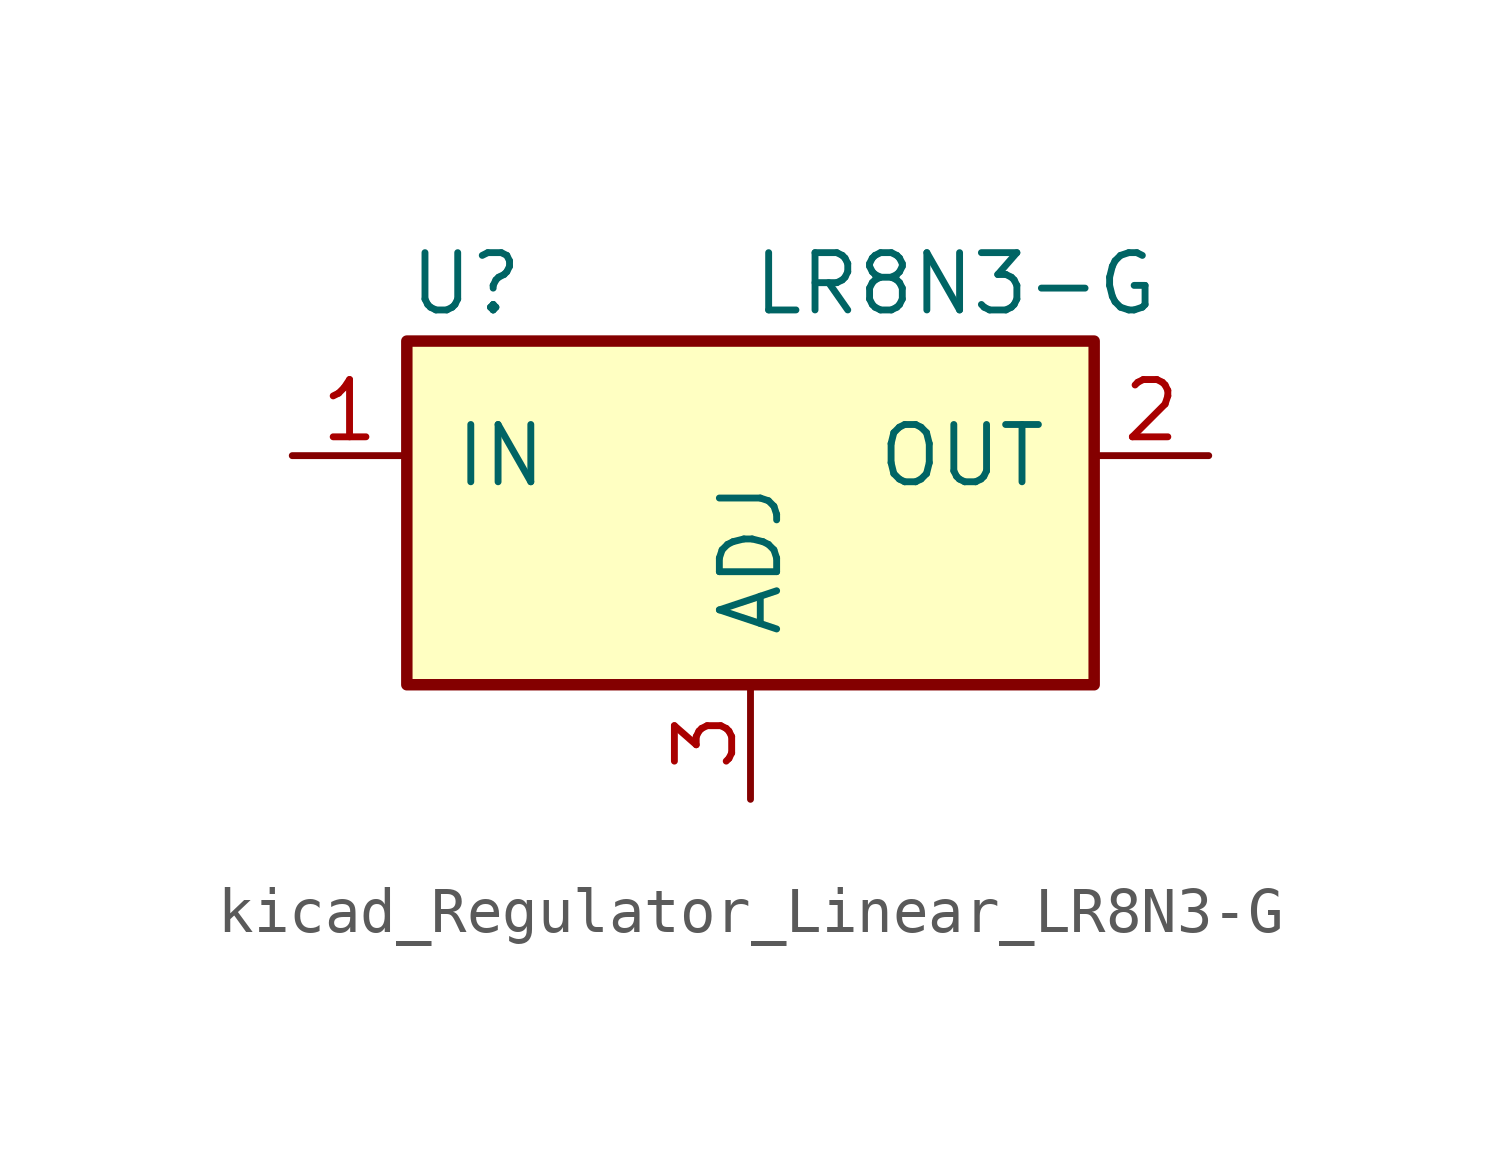
<source format=kicad_sym>
(kicad_symbol_lib
  (version 20220914)
  (generator kicad_symbol_editor)
  (symbol "kicad_Regulator_Linear_LR8N3-G"
    (pin_names
      (offset 1.016))
    (property "Reference" "U"
      (at -7.62 3.81 0)
      (effects (font (size 1.27 1.27)) (justify left)))
    (property "Value" "LR8N3-G"
      (at 0 3.81 0)
      (effects (font (size 1.27 1.27)) (justify left)))
    (symbol "kicad_Regulator_Linear_LR8N3-G_0_1"
      (rectangle (start -7.62 2.54) (end 7.62 -5.08) (stroke (width 0.254) (type default)) (fill (type background))))
    (symbol "kicad_Regulator_Linear_LR8N3-G_1_1"
      (pin input line (at -10.16 0 0) (length 2.54) (name "IN" (effects (font (size 1.27 1.27)))) (number "1" (effects (font (size 1.27 1.27)))))
      (pin power_out line (at 10.16 0 180) (length 2.54) (name "OUT" (effects (font (size 1.27 1.27)))) (number "2" (effects (font (size 1.27 1.27)))))
      (pin input line (at 0 -7.62 90) (length 2.54) (name "ADJ" (effects (font (size 1.27 1.27)))) (number "3" (effects (font (size 1.27 1.27))))))))
</source>
